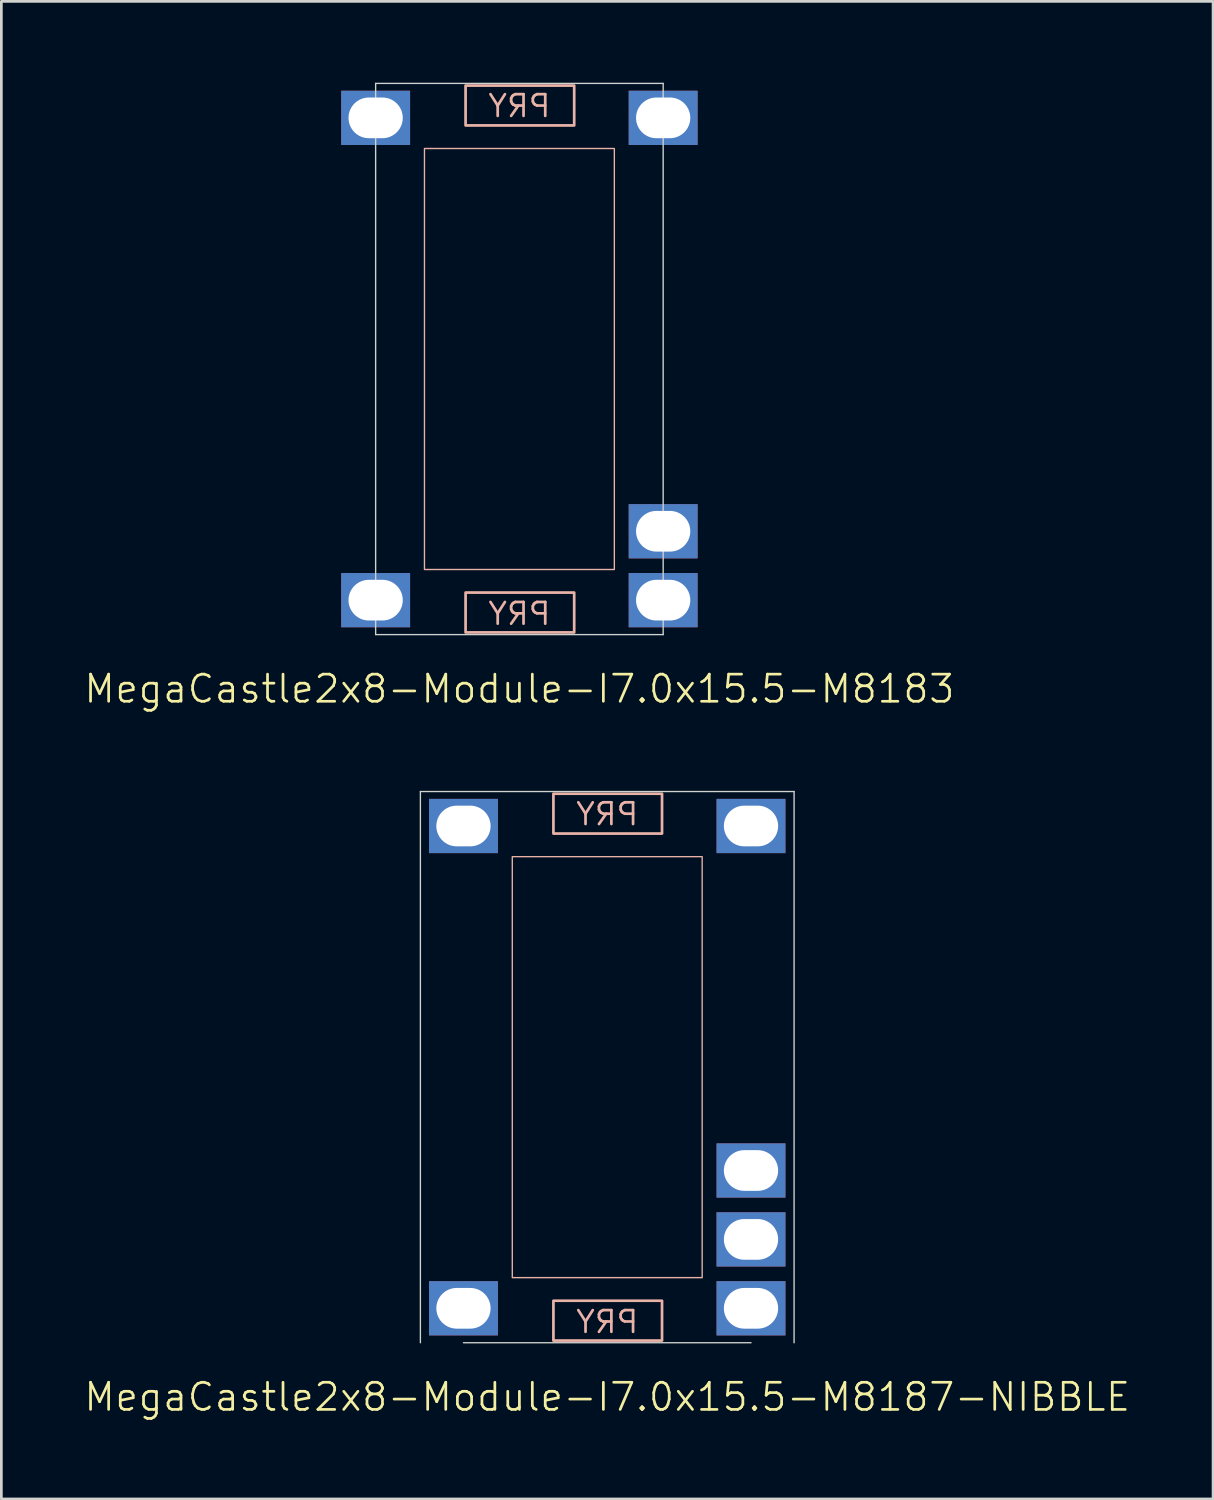
<source format=kicad_pcb>
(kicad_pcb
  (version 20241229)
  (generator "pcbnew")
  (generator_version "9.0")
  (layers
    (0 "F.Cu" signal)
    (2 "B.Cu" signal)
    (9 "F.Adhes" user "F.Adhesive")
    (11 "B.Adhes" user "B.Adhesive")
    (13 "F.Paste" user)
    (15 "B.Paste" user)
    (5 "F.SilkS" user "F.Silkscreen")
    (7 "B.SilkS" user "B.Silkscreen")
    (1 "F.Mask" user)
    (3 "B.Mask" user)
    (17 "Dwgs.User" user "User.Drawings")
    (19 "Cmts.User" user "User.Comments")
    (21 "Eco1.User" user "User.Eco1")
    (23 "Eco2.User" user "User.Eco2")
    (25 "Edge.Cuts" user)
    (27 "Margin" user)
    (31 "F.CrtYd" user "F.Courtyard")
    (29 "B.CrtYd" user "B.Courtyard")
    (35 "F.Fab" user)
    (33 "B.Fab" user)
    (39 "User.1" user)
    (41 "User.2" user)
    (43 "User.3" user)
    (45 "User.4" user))
  (footprint "MegaCastle2x8-Module-I7.0x15.5-M8187-NIBBLE"
    (layer "F.Cu")
    (at 19.336 36.291)
    (property "Reference" "MegaCastle2x8-Module-I7.0x15.5-M8187-NIBBLE" (at 0 12.16 0) (unlocked yes) (layer "F.SilkS") (effects (font (size 1 1) (thickness 0.1))))
    (attr smd)
    (fp_rect (start -3.5 7.76) (end 3.5 -7.76) (stroke (width 0.05) (type default)) (fill no) (layer "B.SilkS"))
    (fp_rect (start -1.984 -8.611) (end 2.02 -10.08) (stroke (width 0.1) (type default)) (fill no) (layer "B.SilkS"))
    (fp_rect (start -1.984 8.611) (end 2.02 10.08) (stroke (width 0.1) (type default)) (fill no) (layer "B.SilkS"))
    (fp_line (start -6.888 -10.16) (end -6.888 10.16) (stroke (width 0.05) (type default)) (layer "Edge.Cuts"))
    (fp_line (start -6.888 -10.16) (end 6.888 -10.16) (stroke (width 0.05) (type default)) (layer "Edge.Cuts"))
    (fp_line (start -5.3 10.16) (end 5.3 10.16) (stroke (width 0.05) (type default)) (layer "Edge.Cuts"))
    (fp_line (start 6.888 -10.16) (end 6.888 10.16) (stroke (width 0.05) (type default)) (layer "Edge.Cuts"))
    (fp_text user "PRY" (at 0 -8.86 0) (unlocked yes) (layer "B.SilkS") (effects (font (size 0.8 0.8) (thickness 0.1)) (justify bottom mirror)))
    (fp_text user "PRY" (at 0 9.86 0) (unlocked yes) (layer "B.SilkS") (effects (font (size 0.8 0.8) (thickness 0.1)) (justify bottom mirror)))
    (pad "1" thru_hole rect (at -5.3 -8.89) (size 2.54 2) (drill oval 2 1.5) (property pad_prop_castellated) (layers "*.Cu" "*.Mask"))
    (pad "8" thru_hole rect (at -5.3 8.89) (size 2.54 2) (drill oval 2 1.5) (property pad_prop_castellated) (layers "*.Cu" "*.Mask"))
    (pad "9" thru_hole rect (at 5.3 -8.89) (size 2.54 2) (drill oval 2 1.5) (property pad_prop_castellated) (layers "*.Cu" "*.Mask"))
    (pad "14" thru_hole rect (at 5.3 3.81) (size 2.54 2) (drill oval 2 1.5) (property pad_prop_castellated) (layers "*.Cu" "*.Mask"))
    (pad "15" thru_hole rect (at 5.3 6.35) (size 2.54 2) (drill oval 2 1.5) (property pad_prop_castellated) (layers "*.Cu" "*.Mask"))
    (pad "16" thru_hole rect (at 5.3 8.89) (size 2.54 2) (drill oval 2 1.5) (property pad_prop_castellated) (layers "*.Cu" "*.Mask"))
    (zone (net_name "") (layer "B.Cu") (hatch edge 0.5) (connect_pads) (min_thickness 0.25) (filled_areas_thickness no) (keepout (tracks allowed) (vias allowed) (pads allowed) (copperpour allowed) (footprints not_allowed)) (placement (enabled no)) (fill) (polygon (pts (xy 14.036 46.45) (xy 14.036 26.131) (xy 15.836 26.131) (xy 15.836 46.45))))
    (zone (net_name "") (layer "B.Cu") (hatch edge 0.5) (connect_pads) (min_thickness 0.25) (filled_areas_thickness no) (keepout (tracks allowed) (vias allowed) (pads allowed) (copperpour allowed) (footprints not_allowed)) (placement (enabled no)) (fill) (polygon (pts (xy 15.836 26.131) (xy 15.836 28.53) (xy 22.836 28.53) (xy 22.836 26.131))))
    (zone (net_name "") (layer "B.Cu") (hatch edge 0.5) (connect_pads) (min_thickness 0.25) (filled_areas_thickness no) (keepout (tracks allowed) (vias allowed) (pads allowed) (copperpour allowed) (footprints not_allowed)) (placement (enabled no)) (fill) (polygon (pts (xy 15.836 46.45) (xy 15.836 44.05) (xy 22.836 44.05) (xy 22.836 46.45))))
    (zone (net_name "") (layer "B.Cu") (name "Upper Pry Zone") (hatch edge 0.5) (connect_pads) (min_thickness 0.25) (filled_areas_thickness no) (keepout (tracks not_allowed) (vias not_allowed) (pads not_allowed) (copperpour allowed) (footprints not_allowed)) (placement (enabled no)) (fill) (polygon (pts (xy 17.351 27.679) (xy 17.351 26.21) (xy 21.355 26.21) (xy 21.355 27.679))))
    (zone (net_name "") (layer "B.Cu") (name "Upper Pry Zone") (hatch edge 0.5) (connect_pads) (min_thickness 0.25) (filled_areas_thickness no) (keepout (tracks not_allowed) (vias not_allowed) (pads not_allowed) (copperpour allowed) (footprints not_allowed)) (placement (enabled no)) (fill) (polygon (pts (xy 17.351 44.902) (xy 17.351 46.37) (xy 21.355 46.37) (xy 21.355 44.902))))
    (zone (net_name "") (layer "B.Cu") (hatch edge 0.5) (connect_pads) (min_thickness 0.25) (filled_areas_thickness no) (keepout (tracks allowed) (vias allowed) (pads allowed) (copperpour allowed) (footprints not_allowed)) (placement (enabled no)) (fill) (polygon (pts (xy 24.636 46.45) (xy 24.636 26.131) (xy 22.836 26.131) (xy 22.836 46.45)))))
  (footprint "MegaCastle2x8-Module-I7.0x15.5-M8183"
    (layer "F.Cu")
    (at 16.098 10.185)
    (property "Reference" "MegaCastle2x8-Module-I7.0x15.5-M8183" (at 0 12.16 0) (unlocked yes) (layer "F.SilkS") (effects (font (size 1 1) (thickness 0.1))))
    (attr smd)
    (fp_rect (start -3.5 7.76) (end 3.5 -7.76) (stroke (width 0.05) (type default)) (fill no) (layer "B.SilkS"))
    (fp_rect (start -1.984 -8.611) (end 2.02 -10.08) (stroke (width 0.1) (type default)) (fill no) (layer "B.SilkS"))
    (fp_rect (start -1.984 8.611) (end 2.02 10.08) (stroke (width 0.1) (type default)) (fill no) (layer "B.SilkS"))
    (fp_line (start -5.3 -10.16) (end -5.3 10.16) (stroke (width 0.05) (type default)) (layer "Edge.Cuts"))
    (fp_line (start -5.3 -10.16) (end 5.3 -10.16) (stroke (width 0.05) (type default)) (layer "Edge.Cuts"))
    (fp_line (start -5.3 10.16) (end 5.3 10.16) (stroke (width 0.05) (type default)) (layer "Edge.Cuts"))
    (fp_line (start 5.3 -10.16) (end 5.3 10.16) (stroke (width 0.05) (type default)) (layer "Edge.Cuts"))
    (fp_text user "PRY" (at 0 9.86 0) (unlocked yes) (layer "B.SilkS") (effects (font (size 0.8 0.8) (thickness 0.1)) (justify bottom mirror)))
    (fp_text user "PRY" (at 0 -8.86 0) (unlocked yes) (layer "B.SilkS") (effects (font (size 0.8 0.8) (thickness 0.1)) (justify bottom mirror)))
    (pad "1" thru_hole rect (at -5.3 -8.89) (size 2.54 2) (drill oval 2 1.5) (property pad_prop_castellated) (layers "*.Cu" "*.Mask"))
    (pad "8" thru_hole rect (at -5.3 8.89) (size 2.54 2) (drill oval 2 1.5) (property pad_prop_castellated) (layers "*.Cu" "*.Mask"))
    (pad "9" thru_hole rect (at 5.3 -8.89) (size 2.54 2) (drill oval 2 1.5) (property pad_prop_castellated) (layers "*.Cu" "*.Mask"))
    (pad "15" thru_hole rect (at 5.3 6.35) (size 2.54 2) (drill oval 2 1.5) (property pad_prop_castellated) (layers "*.Cu" "*.Mask"))
    (pad "16" thru_hole rect (at 5.3 8.89) (size 2.54 2) (drill oval 2 1.5) (property pad_prop_castellated) (layers "*.Cu" "*.Mask"))
    (zone (net_name "") (layer "B.Cu") (hatch edge 0.5) (connect_pads) (min_thickness 0.25) (filled_areas_thickness no) (keepout (tracks allowed) (vias allowed) (pads allowed) (copperpour allowed) (footprints not_allowed)) (placement (enabled no)) (fill) (polygon (pts (xy 10.798 20.345) (xy 10.798 0.025) (xy 12.598 0.025) (xy 12.598 20.345))))
    (zone (net_name "") (layer "B.Cu") (hatch edge 0.5) (connect_pads) (min_thickness 0.25) (filled_areas_thickness no) (keepout (tracks allowed) (vias allowed) (pads allowed) (copperpour allowed) (footprints not_allowed)) (placement (enabled no)) (fill) (polygon (pts (xy 12.598 0.025) (xy 12.598 2.425) (xy 19.598 2.425) (xy 19.598 0.025))))
    (zone (net_name "") (layer "B.Cu") (hatch edge 0.5) (connect_pads) (min_thickness 0.25) (filled_areas_thickness no) (keepout (tracks allowed) (vias allowed) (pads allowed) (copperpour allowed) (footprints not_allowed)) (placement (enabled no)) (fill) (polygon (pts (xy 12.598 20.345) (xy 12.598 17.945) (xy 19.598 17.945) (xy 19.598 20.345))))
    (zone (net_name "") (layer "B.Cu") (name "Upper Pry Zone") (hatch edge 0.5) (connect_pads) (min_thickness 0.25) (filled_areas_thickness no) (keepout (tracks not_allowed) (vias not_allowed) (pads not_allowed) (copperpour allowed) (footprints not_allowed)) (placement (enabled no)) (fill) (polygon (pts (xy 14.113 1.574) (xy 14.113 0.105) (xy 18.117 0.105) (xy 18.117 1.574))))
    (zone (net_name "") (layer "B.Cu") (name "Upper Pry Zone") (hatch edge 0.5) (connect_pads) (min_thickness 0.25) (filled_areas_thickness no) (keepout (tracks not_allowed) (vias not_allowed) (pads not_allowed) (copperpour allowed) (footprints not_allowed)) (placement (enabled no)) (fill) (polygon (pts (xy 14.113 18.796) (xy 14.113 20.265) (xy 18.117 20.265) (xy 18.117 18.796))))
    (zone (net_name "") (layer "B.Cu") (hatch edge 0.5) (connect_pads) (min_thickness 0.25) (filled_areas_thickness no) (keepout (tracks allowed) (vias allowed) (pads allowed) (copperpour allowed) (footprints not_allowed)) (placement (enabled no)) (fill) (polygon (pts (xy 21.398 20.345) (xy 21.398 0.025) (xy 19.598 0.025) (xy 19.598 20.345)))))
  (gr_rect
    (start -3 -3)
    (end 41.671 52.211)
    (stroke (width 0.1) (type default))
    (fill no)
    (layer "Edge.Cuts")))
</source>
